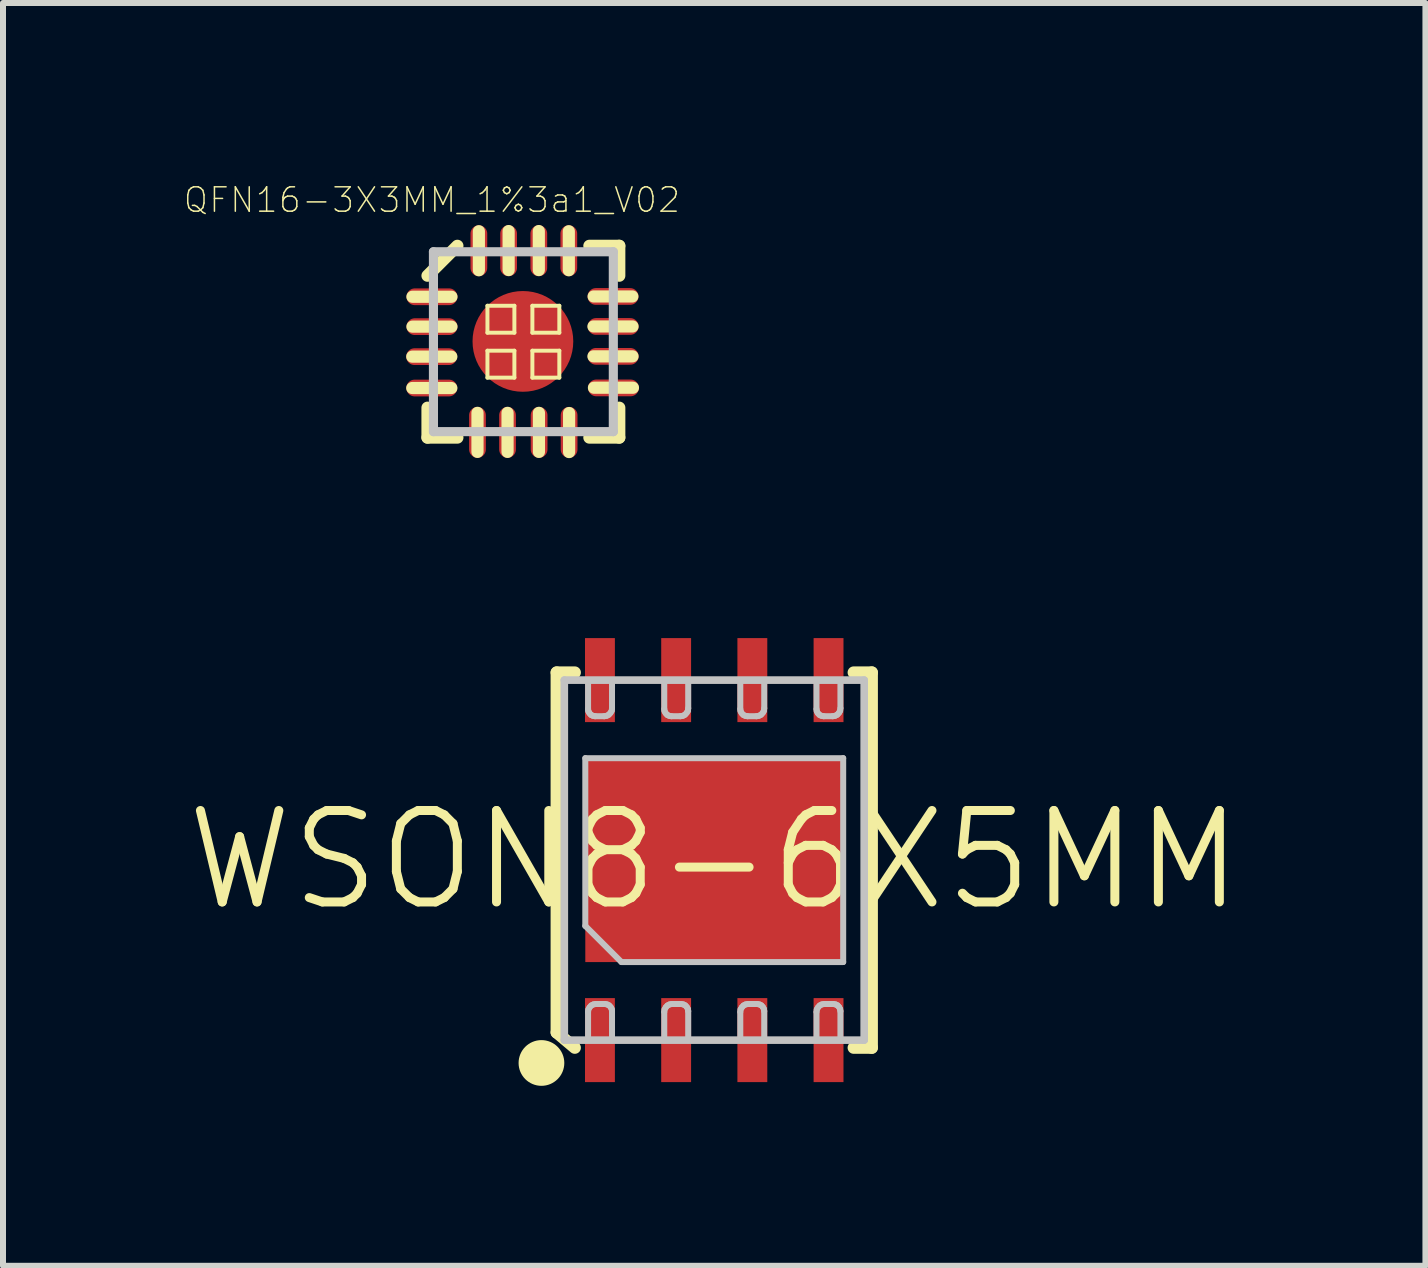
<source format=kicad_pcb>
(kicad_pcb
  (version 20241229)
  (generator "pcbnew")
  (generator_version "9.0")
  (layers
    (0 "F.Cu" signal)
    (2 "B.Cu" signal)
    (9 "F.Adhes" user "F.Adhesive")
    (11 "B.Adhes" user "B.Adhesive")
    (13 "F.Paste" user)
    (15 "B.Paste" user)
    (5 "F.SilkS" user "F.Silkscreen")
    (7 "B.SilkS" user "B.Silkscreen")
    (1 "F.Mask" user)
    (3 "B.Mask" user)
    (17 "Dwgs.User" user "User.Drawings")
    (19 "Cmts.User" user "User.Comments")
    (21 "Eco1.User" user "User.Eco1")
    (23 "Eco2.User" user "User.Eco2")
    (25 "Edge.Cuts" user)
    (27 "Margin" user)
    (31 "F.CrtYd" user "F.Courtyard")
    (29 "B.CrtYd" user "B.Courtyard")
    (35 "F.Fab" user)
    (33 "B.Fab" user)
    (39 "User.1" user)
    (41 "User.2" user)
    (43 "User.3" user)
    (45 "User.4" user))
  (footprint "WSON8-6X5MM"
    (layer "F.Cu")
    (at 8.854 11.285)
    (property "Reference" "WSON8-6X5MM" (at 0 0 0) (layer "F.SilkS") (effects (font (size 1.524 1.524) (thickness 0.15))))
    (attr smd)
    (fp_line (start -2.626 -3.127) (end -2.626 2.873) (stroke (width 0.203) (type solid)) (layer "F.SilkS"))
    (fp_line (start -2.626 2.873) (end -2.324 3.127) (stroke (width 0.203) (type solid)) (layer "F.SilkS"))
    (fp_line (start -2.324 -3.127) (end -2.626 -3.127) (stroke (width 0.203) (type solid)) (layer "F.SilkS"))
    (fp_line (start 2.324 3.127) (end 2.626 3.127) (stroke (width 0.203) (type solid)) (layer "F.SilkS"))
    (fp_line (start 2.626 -3.127) (end 2.324 -3.127) (stroke (width 0.203) (type solid)) (layer "F.SilkS"))
    (fp_line (start 2.626 3.127) (end 2.626 -3.127) (stroke (width 0.203) (type solid)) (layer "F.SilkS"))
    (fp_circle (center -2.88 3.381) (end -2.88 3) (stroke (width 0) (type solid)) (fill yes) (layer "F.SilkS"))
    (fp_line (start -2.499 -3) (end -2.499 3) (stroke (width 0.127) (type solid)) (layer "Dwgs.User"))
    (fp_line (start -2.499 3) (end 2.499 3) (stroke (width 0.127) (type solid)) (layer "Dwgs.User"))
    (fp_line (start -2.149 -1.699) (end 2.149 -1.699) (stroke (width 0.1) (type solid)) (layer "Dwgs.User"))
    (fp_line (start -2.149 1.097) (end -2.149 -1.699) (stroke (width 0.1) (type solid)) (layer "Dwgs.User"))
    (fp_line (start -2.103 -3) (end -1.704 -3) (stroke (width 0.1) (type solid)) (layer "Dwgs.User"))
    (fp_line (start -2.103 -2.517) (end -2.103 -3) (stroke (width 0.1) (type solid)) (layer "Dwgs.User"))
    (fp_line (start -2.103 2.53) (end -2.098 2.489) (stroke (width 0.1) (type solid)) (layer "Dwgs.User"))
    (fp_line (start -2.103 3) (end -2.103 2.53) (stroke (width 0.1) (type solid)) (layer "Dwgs.User"))
    (fp_line (start -2.098 -2.482) (end -2.103 -2.517) (stroke (width 0.1) (type solid)) (layer "Dwgs.User"))
    (fp_line (start -2.098 2.489) (end -2.078 2.454) (stroke (width 0.1) (type solid)) (layer "Dwgs.User"))
    (fp_line (start -2.08 -2.449) (end -2.098 -2.482) (stroke (width 0.1) (type solid)) (layer "Dwgs.User"))
    (fp_line (start -2.078 2.454) (end -2.05 2.423) (stroke (width 0.1) (type solid)) (layer "Dwgs.User"))
    (fp_line (start -2.055 -2.421) (end -2.08 -2.449) (stroke (width 0.1) (type solid)) (layer "Dwgs.User"))
    (fp_line (start -2.05 2.423) (end -2.014 2.405) (stroke (width 0.1) (type solid)) (layer "Dwgs.User"))
    (fp_line (start -2.022 -2.405) (end -2.055 -2.421) (stroke (width 0.1) (type solid)) (layer "Dwgs.User"))
    (fp_line (start -2.014 2.405) (end -1.974 2.398) (stroke (width 0.1) (type solid)) (layer "Dwgs.User"))
    (fp_line (start -1.984 -2.398) (end -2.022 -2.405) (stroke (width 0.1) (type solid)) (layer "Dwgs.User"))
    (fp_line (start -1.974 2.398) (end -1.824 2.398) (stroke (width 0.1) (type solid)) (layer "Dwgs.User"))
    (fp_line (start -1.834 -2.398) (end -1.984 -2.398) (stroke (width 0.1) (type solid)) (layer "Dwgs.User"))
    (fp_line (start -1.824 2.398) (end -1.786 2.405) (stroke (width 0.1) (type solid)) (layer "Dwgs.User"))
    (fp_line (start -1.793 -2.405) (end -1.834 -2.398) (stroke (width 0.1) (type solid)) (layer "Dwgs.User"))
    (fp_line (start -1.786 2.405) (end -1.753 2.421) (stroke (width 0.1) (type solid)) (layer "Dwgs.User"))
    (fp_line (start -1.758 -2.423) (end -1.793 -2.405) (stroke (width 0.1) (type solid)) (layer "Dwgs.User"))
    (fp_line (start -1.753 2.421) (end -1.727 2.449) (stroke (width 0.1) (type solid)) (layer "Dwgs.User"))
    (fp_line (start -1.73 -2.454) (end -1.758 -2.423) (stroke (width 0.1) (type solid)) (layer "Dwgs.User"))
    (fp_line (start -1.727 2.449) (end -1.709 2.482) (stroke (width 0.1) (type solid)) (layer "Dwgs.User"))
    (fp_line (start -1.709 -2.489) (end -1.73 -2.454) (stroke (width 0.1) (type solid)) (layer "Dwgs.User"))
    (fp_line (start -1.709 2.482) (end -1.704 2.517) (stroke (width 0.1) (type solid)) (layer "Dwgs.User"))
    (fp_line (start -1.704 -3) (end -1.704 -2.53) (stroke (width 0.1) (type solid)) (layer "Dwgs.User"))
    (fp_line (start -1.704 -2.53) (end -1.709 -2.489) (stroke (width 0.1) (type solid)) (layer "Dwgs.User"))
    (fp_line (start -1.704 2.517) (end -1.704 3) (stroke (width 0.1) (type solid)) (layer "Dwgs.User"))
    (fp_line (start -1.704 3) (end -2.103 3) (stroke (width 0.1) (type solid)) (layer "Dwgs.User"))
    (fp_line (start -1.547 1.699) (end -2.149 1.097) (stroke (width 0.1) (type solid)) (layer "Dwgs.User"))
    (fp_line (start -0.833 -3) (end -0.434 -3) (stroke (width 0.1) (type solid)) (layer "Dwgs.User"))
    (fp_line (start -0.833 -2.517) (end -0.833 -3) (stroke (width 0.1) (type solid)) (layer "Dwgs.User"))
    (fp_line (start -0.833 2.53) (end -0.828 2.489) (stroke (width 0.1) (type solid)) (layer "Dwgs.User"))
    (fp_line (start -0.833 3) (end -0.833 2.53) (stroke (width 0.1) (type solid)) (layer "Dwgs.User"))
    (fp_line (start -0.828 -2.482) (end -0.833 -2.517) (stroke (width 0.1) (type solid)) (layer "Dwgs.User"))
    (fp_line (start -0.828 2.489) (end -0.808 2.454) (stroke (width 0.1) (type solid)) (layer "Dwgs.User"))
    (fp_line (start -0.81 -2.449) (end -0.828 -2.482) (stroke (width 0.1) (type solid)) (layer "Dwgs.User"))
    (fp_line (start -0.808 2.454) (end -0.78 2.423) (stroke (width 0.1) (type solid)) (layer "Dwgs.User"))
    (fp_line (start -0.785 -2.421) (end -0.81 -2.449) (stroke (width 0.1) (type solid)) (layer "Dwgs.User"))
    (fp_line (start -0.78 2.423) (end -0.744 2.405) (stroke (width 0.1) (type solid)) (layer "Dwgs.User"))
    (fp_line (start -0.752 -2.405) (end -0.785 -2.421) (stroke (width 0.1) (type solid)) (layer "Dwgs.User"))
    (fp_line (start -0.744 2.405) (end -0.704 2.398) (stroke (width 0.1) (type solid)) (layer "Dwgs.User"))
    (fp_line (start -0.714 -2.398) (end -0.752 -2.405) (stroke (width 0.1) (type solid)) (layer "Dwgs.User"))
    (fp_line (start -0.704 2.398) (end -0.554 2.398) (stroke (width 0.1) (type solid)) (layer "Dwgs.User"))
    (fp_line (start -0.564 -2.398) (end -0.714 -2.398) (stroke (width 0.1) (type solid)) (layer "Dwgs.User"))
    (fp_line (start -0.554 2.398) (end -0.516 2.405) (stroke (width 0.1) (type solid)) (layer "Dwgs.User"))
    (fp_line (start -0.523 -2.405) (end -0.564 -2.398) (stroke (width 0.1) (type solid)) (layer "Dwgs.User"))
    (fp_line (start -0.516 2.405) (end -0.483 2.421) (stroke (width 0.1) (type solid)) (layer "Dwgs.User"))
    (fp_line (start -0.488 -2.423) (end -0.523 -2.405) (stroke (width 0.1) (type solid)) (layer "Dwgs.User"))
    (fp_line (start -0.483 2.421) (end -0.457 2.449) (stroke (width 0.1) (type solid)) (layer "Dwgs.User"))
    (fp_line (start -0.46 -2.454) (end -0.488 -2.423) (stroke (width 0.1) (type solid)) (layer "Dwgs.User"))
    (fp_line (start -0.457 2.449) (end -0.439 2.482) (stroke (width 0.1) (type solid)) (layer "Dwgs.User"))
    (fp_line (start -0.439 -2.489) (end -0.46 -2.454) (stroke (width 0.1) (type solid)) (layer "Dwgs.User"))
    (fp_line (start -0.439 2.482) (end -0.434 2.517) (stroke (width 0.1) (type solid)) (layer "Dwgs.User"))
    (fp_line (start -0.434 -3) (end -0.434 -2.53) (stroke (width 0.1) (type solid)) (layer "Dwgs.User"))
    (fp_line (start -0.434 -2.53) (end -0.439 -2.489) (stroke (width 0.1) (type solid)) (layer "Dwgs.User"))
    (fp_line (start -0.434 2.517) (end -0.434 3) (stroke (width 0.1) (type solid)) (layer "Dwgs.User"))
    (fp_line (start -0.434 3) (end -0.833 3) (stroke (width 0.1) (type solid)) (layer "Dwgs.User"))
    (fp_line (start 0.434 -3) (end 0.833 -3) (stroke (width 0.1) (type solid)) (layer "Dwgs.User"))
    (fp_line (start 0.434 -2.517) (end 0.434 -3) (stroke (width 0.1) (type solid)) (layer "Dwgs.User"))
    (fp_line (start 0.434 2.53) (end 0.439 2.489) (stroke (width 0.1) (type solid)) (layer "Dwgs.User"))
    (fp_line (start 0.434 3) (end 0.434 2.53) (stroke (width 0.1) (type solid)) (layer "Dwgs.User"))
    (fp_line (start 0.439 -2.482) (end 0.434 -2.517) (stroke (width 0.1) (type solid)) (layer "Dwgs.User"))
    (fp_line (start 0.439 2.489) (end 0.46 2.454) (stroke (width 0.1) (type solid)) (layer "Dwgs.User"))
    (fp_line (start 0.457 -2.449) (end 0.439 -2.482) (stroke (width 0.1) (type solid)) (layer "Dwgs.User"))
    (fp_line (start 0.46 2.454) (end 0.488 2.423) (stroke (width 0.1) (type solid)) (layer "Dwgs.User"))
    (fp_line (start 0.483 -2.421) (end 0.457 -2.449) (stroke (width 0.1) (type solid)) (layer "Dwgs.User"))
    (fp_line (start 0.488 2.423) (end 0.523 2.405) (stroke (width 0.1) (type solid)) (layer "Dwgs.User"))
    (fp_line (start 0.516 -2.405) (end 0.483 -2.421) (stroke (width 0.1) (type solid)) (layer "Dwgs.User"))
    (fp_line (start 0.523 2.405) (end 0.564 2.398) (stroke (width 0.1) (type solid)) (layer "Dwgs.User"))
    (fp_line (start 0.554 -2.398) (end 0.516 -2.405) (stroke (width 0.1) (type solid)) (layer "Dwgs.User"))
    (fp_line (start 0.564 2.398) (end 0.714 2.398) (stroke (width 0.1) (type solid)) (layer "Dwgs.User"))
    (fp_line (start 0.704 -2.398) (end 0.554 -2.398) (stroke (width 0.1) (type solid)) (layer "Dwgs.User"))
    (fp_line (start 0.714 2.398) (end 0.752 2.405) (stroke (width 0.1) (type solid)) (layer "Dwgs.User"))
    (fp_line (start 0.744 -2.405) (end 0.704 -2.398) (stroke (width 0.1) (type solid)) (layer "Dwgs.User"))
    (fp_line (start 0.752 2.405) (end 0.785 2.421) (stroke (width 0.1) (type solid)) (layer "Dwgs.User"))
    (fp_line (start 0.78 -2.423) (end 0.744 -2.405) (stroke (width 0.1) (type solid)) (layer "Dwgs.User"))
    (fp_line (start 0.785 2.421) (end 0.81 2.449) (stroke (width 0.1) (type solid)) (layer "Dwgs.User"))
    (fp_line (start 0.808 -2.454) (end 0.78 -2.423) (stroke (width 0.1) (type solid)) (layer "Dwgs.User"))
    (fp_line (start 0.81 2.449) (end 0.828 2.482) (stroke (width 0.1) (type solid)) (layer "Dwgs.User"))
    (fp_line (start 0.828 -2.489) (end 0.808 -2.454) (stroke (width 0.1) (type solid)) (layer "Dwgs.User"))
    (fp_line (start 0.828 2.482) (end 0.833 2.517) (stroke (width 0.1) (type solid)) (layer "Dwgs.User"))
    (fp_line (start 0.833 -3) (end 0.833 -2.53) (stroke (width 0.1) (type solid)) (layer "Dwgs.User"))
    (fp_line (start 0.833 -2.53) (end 0.828 -2.489) (stroke (width 0.1) (type solid)) (layer "Dwgs.User"))
    (fp_line (start 0.833 2.517) (end 0.833 3) (stroke (width 0.1) (type solid)) (layer "Dwgs.User"))
    (fp_line (start 0.833 3) (end 0.434 3) (stroke (width 0.1) (type solid)) (layer "Dwgs.User"))
    (fp_line (start 1.704 -3) (end 2.103 -3) (stroke (width 0.1) (type solid)) (layer "Dwgs.User"))
    (fp_line (start 1.704 -2.517) (end 1.704 -3) (stroke (width 0.1) (type solid)) (layer "Dwgs.User"))
    (fp_line (start 1.704 2.53) (end 1.709 2.489) (stroke (width 0.1) (type solid)) (layer "Dwgs.User"))
    (fp_line (start 1.704 3) (end 1.704 2.53) (stroke (width 0.1) (type solid)) (layer "Dwgs.User"))
    (fp_line (start 1.709 -2.482) (end 1.704 -2.517) (stroke (width 0.1) (type solid)) (layer "Dwgs.User"))
    (fp_line (start 1.709 2.489) (end 1.73 2.454) (stroke (width 0.1) (type solid)) (layer "Dwgs.User"))
    (fp_line (start 1.727 -2.449) (end 1.709 -2.482) (stroke (width 0.1) (type solid)) (layer "Dwgs.User"))
    (fp_line (start 1.73 2.454) (end 1.758 2.423) (stroke (width 0.1) (type solid)) (layer "Dwgs.User"))
    (fp_line (start 1.753 -2.421) (end 1.727 -2.449) (stroke (width 0.1) (type solid)) (layer "Dwgs.User"))
    (fp_line (start 1.758 2.423) (end 1.793 2.405) (stroke (width 0.1) (type solid)) (layer "Dwgs.User"))
    (fp_line (start 1.786 -2.405) (end 1.753 -2.421) (stroke (width 0.1) (type solid)) (layer "Dwgs.User"))
    (fp_line (start 1.793 2.405) (end 1.834 2.398) (stroke (width 0.1) (type solid)) (layer "Dwgs.User"))
    (fp_line (start 1.824 -2.398) (end 1.786 -2.405) (stroke (width 0.1) (type solid)) (layer "Dwgs.User"))
    (fp_line (start 1.834 2.398) (end 1.984 2.398) (stroke (width 0.1) (type solid)) (layer "Dwgs.User"))
    (fp_line (start 1.974 -2.398) (end 1.824 -2.398) (stroke (width 0.1) (type solid)) (layer "Dwgs.User"))
    (fp_line (start 1.984 2.398) (end 2.022 2.405) (stroke (width 0.1) (type solid)) (layer "Dwgs.User"))
    (fp_line (start 2.014 -2.405) (end 1.974 -2.398) (stroke (width 0.1) (type solid)) (layer "Dwgs.User"))
    (fp_line (start 2.022 2.405) (end 2.055 2.421) (stroke (width 0.1) (type solid)) (layer "Dwgs.User"))
    (fp_line (start 2.05 -2.423) (end 2.014 -2.405) (stroke (width 0.1) (type solid)) (layer "Dwgs.User"))
    (fp_line (start 2.055 2.421) (end 2.08 2.449) (stroke (width 0.1) (type solid)) (layer "Dwgs.User"))
    (fp_line (start 2.078 -2.454) (end 2.05 -2.423) (stroke (width 0.1) (type solid)) (layer "Dwgs.User"))
    (fp_line (start 2.08 2.449) (end 2.098 2.482) (stroke (width 0.1) (type solid)) (layer "Dwgs.User"))
    (fp_line (start 2.098 -2.489) (end 2.078 -2.454) (stroke (width 0.1) (type solid)) (layer "Dwgs.User"))
    (fp_line (start 2.098 2.482) (end 2.103 2.517) (stroke (width 0.1) (type solid)) (layer "Dwgs.User"))
    (fp_line (start 2.103 -3) (end 2.103 -2.53) (stroke (width 0.1) (type solid)) (layer "Dwgs.User"))
    (fp_line (start 2.103 -2.53) (end 2.098 -2.489) (stroke (width 0.1) (type solid)) (layer "Dwgs.User"))
    (fp_line (start 2.103 2.517) (end 2.103 3) (stroke (width 0.1) (type solid)) (layer "Dwgs.User"))
    (fp_line (start 2.103 3) (end 1.704 3) (stroke (width 0.1) (type solid)) (layer "Dwgs.User"))
    (fp_line (start 2.149 -1.699) (end 2.149 1.699) (stroke (width 0.1) (type solid)) (layer "Dwgs.User"))
    (fp_line (start 2.149 1.699) (end -1.547 1.699) (stroke (width 0.1) (type solid)) (layer "Dwgs.User"))
    (fp_line (start 2.499 -3) (end -2.499 -3) (stroke (width 0.127) (type solid)) (layer "Dwgs.User"))
    (fp_line (start 2.499 3) (end 2.499 -3) (stroke (width 0.127) (type solid)) (layer "Dwgs.User"))
    (pad "1" smd rect (at -1.905 3 90) (size 1.4 0.498) (layers "F.Cu" "F.Mask" "F.Paste"))
    (pad "2" smd rect (at -0.635 3 90) (size 1.4 0.498) (layers "F.Cu" "F.Mask" "F.Paste"))
    (pad "3" smd rect (at 0.635 3 90) (size 1.4 0.498) (layers "F.Cu" "F.Mask" "F.Paste"))
    (pad "4" smd rect (at 1.905 3 90) (size 1.4 0.498) (layers "F.Cu" "F.Mask" "F.Paste"))
    (pad "5" smd rect (at 1.905 -3 270) (size 1.4 0.498) (layers "F.Cu" "F.Mask" "F.Paste"))
    (pad "6" smd rect (at 0.635 -3 270) (size 1.4 0.498) (layers "F.Cu" "F.Mask" "F.Paste"))
    (pad "7" smd rect (at -0.635 -3 270) (size 1.4 0.498) (layers "F.Cu" "F.Mask" "F.Paste"))
    (pad "8" smd rect (at -1.905 -3 270) (size 1.4 0.498) (layers "F.Cu" "F.Mask" "F.Paste"))
    (pad "EP" smd rect (at 0 0 90) (size 3.399 4.298) (layers "F.Cu" "F.Mask" "F.Paste")))
  (footprint "QFN16-3X3MM_1%3a1_V02"
    (layer "F.Cu")
    (at 5.673 2.645)
    (property "Reference" "QFN16-3X3MM_1%3a1_V02" (at -1.524 -2.362 0) (layer "F.SilkS") (effects (font (size 0.406 0.406) (thickness 0.025))))
    (attr smd)
    (fp_line (start -1.852 0.249) (end -1.201 0.249) (stroke (width 0.203) (type solid)) (layer "F.SilkS"))
    (fp_line (start -1.852 0.772) (end -1.201 0.772) (stroke (width 0.203) (type solid)) (layer "F.SilkS"))
    (fp_line (start -1.849 -0.251) (end -1.199 -0.251) (stroke (width 0.203) (type solid)) (layer "F.SilkS"))
    (fp_line (start -1.598 -1.1) (end -1.1 -1.598) (stroke (width 0.203) (type solid)) (layer "F.SilkS"))
    (fp_line (start -1.598 1.598) (end -1.598 1.1) (stroke (width 0.203) (type solid)) (layer "F.SilkS"))
    (fp_line (start -1.199 -0.749) (end -1.849 -0.749) (stroke (width 0.203) (type solid)) (layer "F.SilkS"))
    (fp_line (start -1.1 1.598) (end -1.598 1.598) (stroke (width 0.203) (type solid)) (layer "F.SilkS"))
    (fp_line (start -0.765 1.836) (end -0.765 1.186) (stroke (width 0.203) (type solid)) (layer "F.SilkS"))
    (fp_line (start -0.742 -1.841) (end -0.742 -1.191) (stroke (width 0.203) (type solid)) (layer "F.SilkS"))
    (fp_line (start -0.599 -0.599) (end -0.15 -0.599) (stroke (width 0.066) (type solid)) (layer "F.SilkS"))
    (fp_line (start -0.599 -0.15) (end -0.599 -0.599) (stroke (width 0.066) (type solid)) (layer "F.SilkS"))
    (fp_line (start -0.599 -0.15) (end -0.15 -0.15) (stroke (width 0.066) (type solid)) (layer "F.SilkS"))
    (fp_line (start -0.599 0.15) (end -0.15 0.15) (stroke (width 0.066) (type solid)) (layer "F.SilkS"))
    (fp_line (start -0.599 0.599) (end -0.599 0.15) (stroke (width 0.066) (type solid)) (layer "F.SilkS"))
    (fp_line (start -0.599 0.599) (end -0.15 0.599) (stroke (width 0.066) (type solid)) (layer "F.SilkS"))
    (fp_line (start -0.264 1.836) (end -0.264 1.186) (stroke (width 0.203) (type solid)) (layer "F.SilkS"))
    (fp_line (start -0.246 -1.844) (end -0.246 -1.194) (stroke (width 0.203) (type solid)) (layer "F.SilkS"))
    (fp_line (start -0.15 -0.15) (end -0.15 -0.599) (stroke (width 0.066) (type solid)) (layer "F.SilkS"))
    (fp_line (start -0.15 0.599) (end -0.15 0.15) (stroke (width 0.066) (type solid)) (layer "F.SilkS"))
    (fp_line (start 0.15 -0.599) (end 0.599 -0.599) (stroke (width 0.066) (type solid)) (layer "F.SilkS"))
    (fp_line (start 0.15 -0.15) (end 0.15 -0.599) (stroke (width 0.066) (type solid)) (layer "F.SilkS"))
    (fp_line (start 0.15 -0.15) (end 0.599 -0.15) (stroke (width 0.066) (type solid)) (layer "F.SilkS"))
    (fp_line (start 0.15 0.15) (end 0.599 0.15) (stroke (width 0.066) (type solid)) (layer "F.SilkS"))
    (fp_line (start 0.15 0.599) (end 0.15 0.15) (stroke (width 0.066) (type solid)) (layer "F.SilkS"))
    (fp_line (start 0.15 0.599) (end 0.599 0.599) (stroke (width 0.066) (type solid)) (layer "F.SilkS"))
    (fp_line (start 0.257 -1.844) (end 0.257 -1.194) (stroke (width 0.203) (type solid)) (layer "F.SilkS"))
    (fp_line (start 0.259 1.836) (end 0.259 1.186) (stroke (width 0.203) (type solid)) (layer "F.SilkS"))
    (fp_line (start 0.599 -0.15) (end 0.599 -0.599) (stroke (width 0.066) (type solid)) (layer "F.SilkS"))
    (fp_line (start 0.599 0.599) (end 0.599 0.15) (stroke (width 0.066) (type solid)) (layer "F.SilkS"))
    (fp_line (start 0.757 -1.841) (end 0.757 -1.191) (stroke (width 0.203) (type solid)) (layer "F.SilkS"))
    (fp_line (start 0.762 1.839) (end 0.762 1.189) (stroke (width 0.203) (type solid)) (layer "F.SilkS"))
    (fp_line (start 1.1 -1.598) (end 1.598 -1.598) (stroke (width 0.203) (type solid)) (layer "F.SilkS"))
    (fp_line (start 1.598 -1.598) (end 1.598 -1.1) (stroke (width 0.203) (type solid)) (layer "F.SilkS"))
    (fp_line (start 1.598 1.1) (end 1.598 1.598) (stroke (width 0.203) (type solid)) (layer "F.SilkS"))
    (fp_line (start 1.598 1.598) (end 1.1 1.598) (stroke (width 0.203) (type solid)) (layer "F.SilkS"))
    (fp_line (start 1.816 -0.754) (end 1.171 -0.754) (stroke (width 0.203) (type solid)) (layer "F.SilkS"))
    (fp_line (start 1.819 -0.254) (end 1.168 -0.254) (stroke (width 0.203) (type solid)) (layer "F.SilkS"))
    (fp_line (start 1.819 0.244) (end 1.168 0.244) (stroke (width 0.203) (type solid)) (layer "F.SilkS"))
    (fp_line (start 1.826 0.767) (end 1.176 0.767) (stroke (width 0.203) (type solid)) (layer "F.SilkS"))
    (fp_line (start -1.499 -1.499) (end -1.499 1.499) (stroke (width 0.152) (type solid)) (layer "Dwgs.User"))
    (fp_line (start -1.499 1.499) (end 1.499 1.499) (stroke (width 0.152) (type solid)) (layer "Dwgs.User"))
    (fp_line (start 1.499 -1.499) (end -1.499 -1.499) (stroke (width 0.152) (type solid)) (layer "Dwgs.User"))
    (fp_line (start 1.499 1.499) (end 1.499 -1.499) (stroke (width 0.152) (type solid)) (layer "Dwgs.User"))
    (pad "1" smd oval (at -1.524 -0.749) (size 0.848 0.279) (layers "F.Cu" "F.Mask" "F.Paste"))
    (pad "2" smd oval (at -1.524 -0.251) (size 0.848 0.279) (layers "F.Cu" "F.Mask" "F.Paste"))
    (pad "3" smd oval (at -1.529 0.249) (size 0.848 0.279) (layers "F.Cu" "F.Mask" "F.Paste"))
    (pad "4" smd oval (at -1.527 0.772) (size 0.848 0.279) (layers "F.Cu" "F.Mask" "F.Paste"))
    (pad "5" smd oval (at -0.765 1.511 90) (size 0.848 0.279) (layers "F.Cu" "F.Mask" "F.Paste"))
    (pad "6" smd oval (at -0.264 1.511 90) (size 0.848 0.279) (layers "F.Cu" "F.Mask" "F.Paste"))
    (pad "7" smd oval (at 0.262 1.511 90) (size 0.848 0.279) (layers "F.Cu" "F.Mask" "F.Paste"))
    (pad "8" smd oval (at 0.762 1.511 90) (size 0.848 0.279) (layers "F.Cu" "F.Mask" "F.Paste"))
    (pad "9" smd oval (at 1.501 0.77 180) (size 0.848 0.279) (layers "F.Cu" "F.Mask" "F.Paste"))
    (pad "10" smd oval (at 1.496 0.244 180) (size 0.848 0.279) (layers "F.Cu" "F.Mask" "F.Paste"))
    (pad "11" smd oval (at 1.496 -0.254 180) (size 0.848 0.279) (layers "F.Cu" "F.Mask" "F.Paste"))
    (pad "12" smd oval (at 1.494 -0.754 180) (size 0.848 0.279) (layers "F.Cu" "F.Mask" "F.Paste"))
    (pad "13" smd oval (at 0.757 -1.516 270) (size 0.848 0.279) (layers "F.Cu" "F.Mask" "F.Paste"))
    (pad "14" smd oval (at 0.257 -1.516 270) (size 0.848 0.279) (layers "F.Cu" "F.Mask" "F.Paste"))
    (pad "15" smd oval (at -0.246 -1.516 270) (size 0.848 0.279) (layers "F.Cu" "F.Mask" "F.Paste"))
    (pad "16" smd oval (at -0.742 -1.516 270) (size 0.848 0.279) (layers "F.Cu" "F.Mask" "F.Paste"))
    (pad "EXT" smd oval (at -0.008 -0.005 180) (size 1.679 1.679) (layers "F.Cu" "F.Mask" "F.Paste")))
  (gr_rect
    (start -3 -3)
    (end 20.707 18.046)
    (stroke (width 0.1) (type default))
    (fill no)
    (layer "Edge.Cuts")))
</source>
